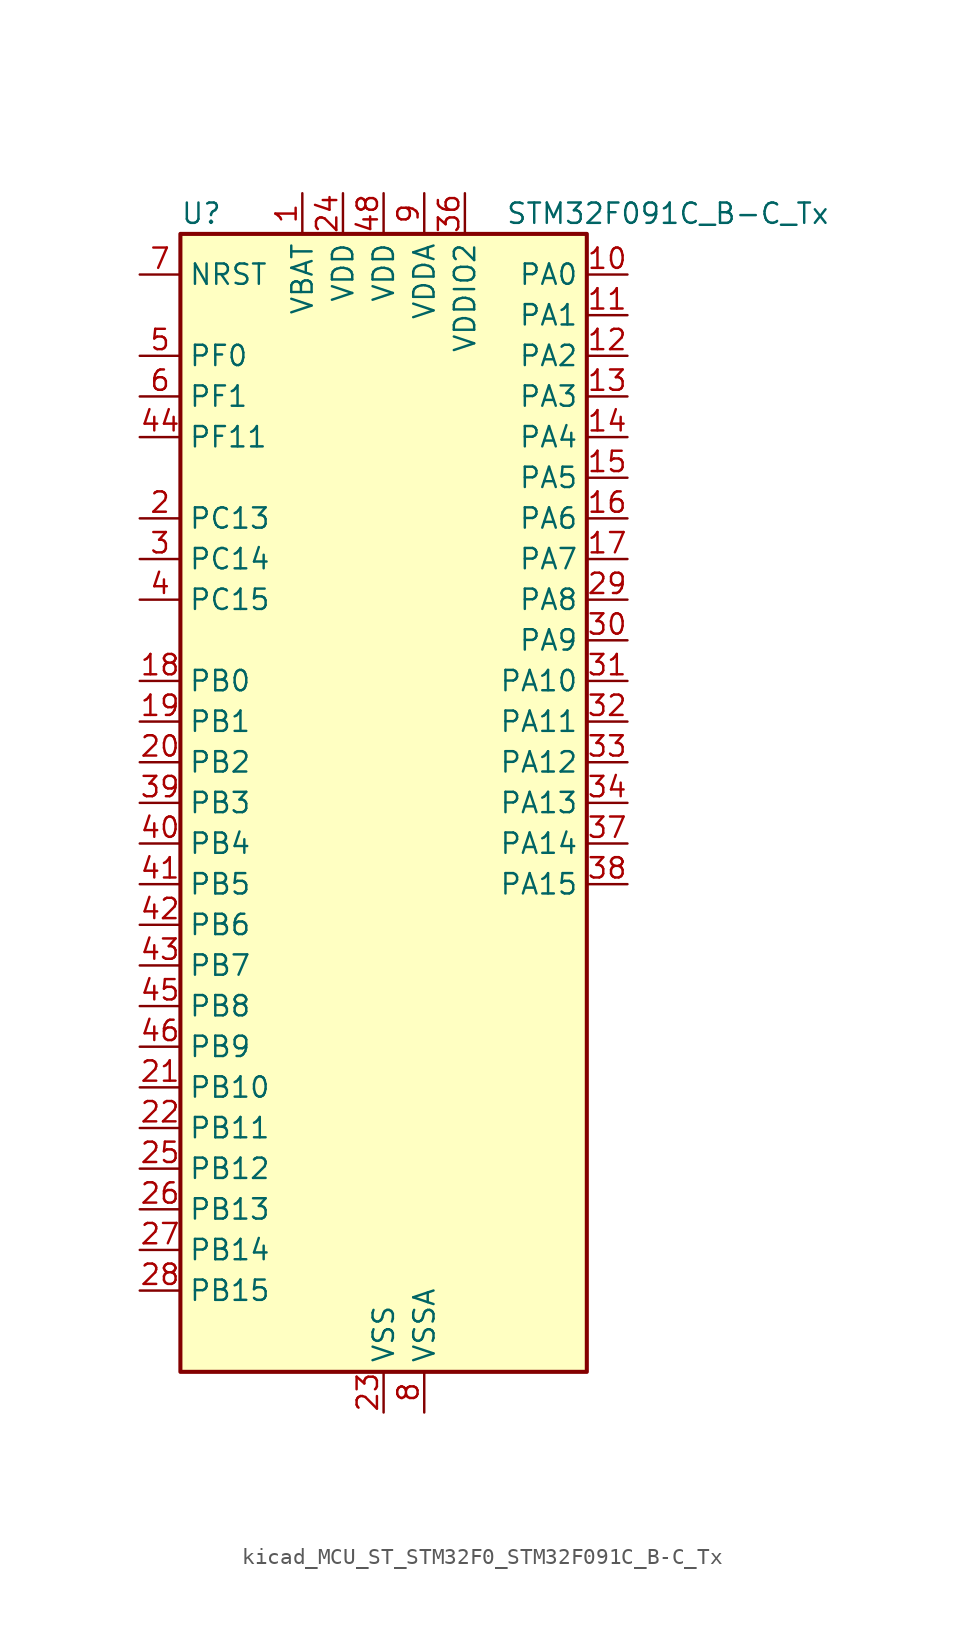
<source format=kicad_sym>
(kicad_symbol_lib
  (version 20220914)
  (generator kicad_symbol_editor)
  (symbol "kicad_MCU_ST_STM32F0_STM32F091C_B-C_Tx"
    (property "Reference" "U"
      (at -12.7 36.83 0)
      (effects (font (size 1.27 1.27)) (justify left)))
    (property "Value" "STM32F091C_B-C_Tx"
      (at 7.62 36.83 0)
      (effects (font (size 1.27 1.27)) (justify left)))
    (property "ki_locked" ""
      (at 0 0 0)
      (effects (font (size 1.27 1.27))))
    (symbol "kicad_MCU_ST_STM32F0_STM32F091C_B-C_Tx_0_1"
      (rectangle (start -12.7 -35.56) (end 12.7 35.56) (stroke (width 0.254) (type default)) (fill (type background))))
    (symbol "kicad_MCU_ST_STM32F0_STM32F091C_B-C_Tx_1_1"
      (pin power_in line (at -5.08 38.1 270) (length 2.54) (name "VBAT" (effects (font (size 1.27 1.27)))) (number "1" (effects (font (size 1.27 1.27)))))
      (pin bidirectional line (at 15.24 33.02 180) (length 2.54) (name "PA0" (effects (font (size 1.27 1.27)))) (number "10" (effects (font (size 1.27 1.27)))) (alternate "ADC_IN0" bidirectional line) (alternate "COMP1_INM" bidirectional line) (alternate "COMP1_OUT" bidirectional line) (alternate "RTC_TAMP2" bidirectional line) (alternate "SYS_WKUP1" bidirectional line) (alternate "TIM2_CH1" bidirectional line) (alternate "TIM2_ETR" bidirectional line) (alternate "TSC_G1_IO1" bidirectional line) (alternate "USART2_CTS" bidirectional line) (alternate "USART4_TX" bidirectional line))
      (pin bidirectional line (at 15.24 30.48 180) (length 2.54) (name "PA1" (effects (font (size 1.27 1.27)))) (number "11" (effects (font (size 1.27 1.27)))) (alternate "ADC_IN1" bidirectional line) (alternate "COMP1_INP" bidirectional line) (alternate "TIM15_CH1N" bidirectional line) (alternate "TIM2_CH2" bidirectional line) (alternate "TSC_G1_IO2" bidirectional line) (alternate "USART2_DE" bidirectional line) (alternate "USART2_RTS" bidirectional line) (alternate "USART4_RX" bidirectional line))
      (pin bidirectional line (at 15.24 27.94 180) (length 2.54) (name "PA2" (effects (font (size 1.27 1.27)))) (number "12" (effects (font (size 1.27 1.27)))) (alternate "ADC_IN2" bidirectional line) (alternate "COMP2_INM" bidirectional line) (alternate "COMP2_OUT" bidirectional line) (alternate "SYS_WKUP4" bidirectional line) (alternate "TIM15_CH1" bidirectional line) (alternate "TIM2_CH3" bidirectional line) (alternate "TSC_G1_IO3" bidirectional line) (alternate "USART2_TX" bidirectional line))
      (pin bidirectional line (at 15.24 25.4 180) (length 2.54) (name "PA3" (effects (font (size 1.27 1.27)))) (number "13" (effects (font (size 1.27 1.27)))) (alternate "ADC_IN3" bidirectional line) (alternate "COMP2_INP" bidirectional line) (alternate "TIM15_CH2" bidirectional line) (alternate "TIM2_CH4" bidirectional line) (alternate "TSC_G1_IO4" bidirectional line) (alternate "USART2_RX" bidirectional line))
      (pin bidirectional line (at 15.24 22.86 180) (length 2.54) (name "PA4" (effects (font (size 1.27 1.27)))) (number "14" (effects (font (size 1.27 1.27)))) (alternate "ADC_IN4" bidirectional line) (alternate "COMP1_INM" bidirectional line) (alternate "COMP2_INM" bidirectional line) (alternate "DAC_OUT1" bidirectional line) (alternate "I2S1_WS" bidirectional line) (alternate "SPI1_NSS" bidirectional line) (alternate "TIM14_CH1" bidirectional line) (alternate "TSC_G2_IO1" bidirectional line) (alternate "USART2_CK" bidirectional line) (alternate "USART6_TX" bidirectional line))
      (pin bidirectional line (at 15.24 20.32 180) (length 2.54) (name "PA5" (effects (font (size 1.27 1.27)))) (number "15" (effects (font (size 1.27 1.27)))) (alternate "ADC_IN5" bidirectional line) (alternate "CEC" bidirectional line) (alternate "COMP1_INM" bidirectional line) (alternate "COMP2_INM" bidirectional line) (alternate "DAC_OUT2" bidirectional line) (alternate "I2S1_CK" bidirectional line) (alternate "SPI1_SCK" bidirectional line) (alternate "TIM2_CH1" bidirectional line) (alternate "TIM2_ETR" bidirectional line) (alternate "TSC_G2_IO2" bidirectional line) (alternate "USART6_RX" bidirectional line))
      (pin bidirectional line (at 15.24 17.78 180) (length 2.54) (name "PA6" (effects (font (size 1.27 1.27)))) (number "16" (effects (font (size 1.27 1.27)))) (alternate "ADC_IN6" bidirectional line) (alternate "COMP1_OUT" bidirectional line) (alternate "I2S1_MCK" bidirectional line) (alternate "SPI1_MISO" bidirectional line) (alternate "TIM16_CH1" bidirectional line) (alternate "TIM1_BKIN" bidirectional line) (alternate "TIM3_CH1" bidirectional line) (alternate "TSC_G2_IO3" bidirectional line) (alternate "USART3_CTS" bidirectional line))
      (pin bidirectional line (at 15.24 15.24 180) (length 2.54) (name "PA7" (effects (font (size 1.27 1.27)))) (number "17" (effects (font (size 1.27 1.27)))) (alternate "ADC_IN7" bidirectional line) (alternate "COMP2_OUT" bidirectional line) (alternate "I2S1_SD" bidirectional line) (alternate "SPI1_MOSI" bidirectional line) (alternate "TIM14_CH1" bidirectional line) (alternate "TIM17_CH1" bidirectional line) (alternate "TIM1_CH1N" bidirectional line) (alternate "TIM3_CH2" bidirectional line) (alternate "TSC_G2_IO4" bidirectional line))
      (pin bidirectional line (at -15.24 7.62 0) (length 2.54) (name "PB0" (effects (font (size 1.27 1.27)))) (number "18" (effects (font (size 1.27 1.27)))) (alternate "ADC_IN8" bidirectional line) (alternate "TIM1_CH2N" bidirectional line) (alternate "TIM3_CH3" bidirectional line) (alternate "TSC_G3_IO2" bidirectional line) (alternate "USART3_CK" bidirectional line))
      (pin bidirectional line (at -15.24 5.08 0) (length 2.54) (name "PB1" (effects (font (size 1.27 1.27)))) (number "19" (effects (font (size 1.27 1.27)))) (alternate "ADC_IN9" bidirectional line) (alternate "TIM14_CH1" bidirectional line) (alternate "TIM1_CH3N" bidirectional line) (alternate "TIM3_CH4" bidirectional line) (alternate "TSC_G3_IO3" bidirectional line) (alternate "USART3_DE" bidirectional line) (alternate "USART3_RTS" bidirectional line))
      (pin bidirectional line (at -15.24 17.78 0) (length 2.54) (name "PC13" (effects (font (size 1.27 1.27)))) (number "2" (effects (font (size 1.27 1.27)))) (alternate "RTC_OUT_ALARM" bidirectional line) (alternate "RTC_OUT_CALIB" bidirectional line) (alternate "RTC_TAMP1" bidirectional line) (alternate "RTC_TS" bidirectional line) (alternate "SYS_WKUP2" bidirectional line))
      (pin bidirectional line (at -15.24 2.54 0) (length 2.54) (name "PB2" (effects (font (size 1.27 1.27)))) (number "20" (effects (font (size 1.27 1.27)))) (alternate "TSC_G3_IO4" bidirectional line))
      (pin bidirectional line (at -15.24 -17.78 0) (length 2.54) (name "PB10" (effects (font (size 1.27 1.27)))) (number "21" (effects (font (size 1.27 1.27)))) (alternate "CEC" bidirectional line) (alternate "I2C2_SCL" bidirectional line) (alternate "I2S2_CK" bidirectional line) (alternate "SPI2_SCK" bidirectional line) (alternate "TIM2_CH3" bidirectional line) (alternate "TSC_SYNC" bidirectional line) (alternate "USART3_TX" bidirectional line))
      (pin bidirectional line (at -15.24 -20.32 0) (length 2.54) (name "PB11" (effects (font (size 1.27 1.27)))) (number "22" (effects (font (size 1.27 1.27)))) (alternate "I2C2_SDA" bidirectional line) (alternate "TIM2_CH4" bidirectional line) (alternate "TSC_G6_IO1" bidirectional line) (alternate "USART3_RX" bidirectional line))
      (pin power_in line (at 0 -38.1 90) (length 2.54) (name "VSS" (effects (font (size 1.27 1.27)))) (number "23" (effects (font (size 1.27 1.27)))))
      (pin power_in line (at -2.54 38.1 270) (length 2.54) (name "VDD" (effects (font (size 1.27 1.27)))) (number "24" (effects (font (size 1.27 1.27)))))
      (pin bidirectional line (at -15.24 -22.86 0) (length 2.54) (name "PB12" (effects (font (size 1.27 1.27)))) (number "25" (effects (font (size 1.27 1.27)))) (alternate "I2S2_WS" bidirectional line) (alternate "SPI2_NSS" bidirectional line) (alternate "TIM15_BKIN" bidirectional line) (alternate "TIM1_BKIN" bidirectional line) (alternate "TSC_G6_IO2" bidirectional line) (alternate "USART3_CK" bidirectional line))
      (pin bidirectional line (at -15.24 -25.4 0) (length 2.54) (name "PB13" (effects (font (size 1.27 1.27)))) (number "26" (effects (font (size 1.27 1.27)))) (alternate "I2C2_SCL" bidirectional line) (alternate "I2S2_CK" bidirectional line) (alternate "SPI2_SCK" bidirectional line) (alternate "TIM1_CH1N" bidirectional line) (alternate "TSC_G6_IO3" bidirectional line) (alternate "USART3_CTS" bidirectional line))
      (pin bidirectional line (at -15.24 -27.94 0) (length 2.54) (name "PB14" (effects (font (size 1.27 1.27)))) (number "27" (effects (font (size 1.27 1.27)))) (alternate "I2C2_SDA" bidirectional line) (alternate "I2S2_MCK" bidirectional line) (alternate "SPI2_MISO" bidirectional line) (alternate "TIM15_CH1" bidirectional line) (alternate "TIM1_CH2N" bidirectional line) (alternate "TSC_G6_IO4" bidirectional line) (alternate "USART3_DE" bidirectional line) (alternate "USART3_RTS" bidirectional line))
      (pin bidirectional line (at -15.24 -30.48 0) (length 2.54) (name "PB15" (effects (font (size 1.27 1.27)))) (number "28" (effects (font (size 1.27 1.27)))) (alternate "I2S2_SD" bidirectional line) (alternate "RTC_REFIN" bidirectional line) (alternate "SPI2_MOSI" bidirectional line) (alternate "SYS_WKUP7" bidirectional line) (alternate "TIM15_CH1N" bidirectional line) (alternate "TIM15_CH2" bidirectional line) (alternate "TIM1_CH3N" bidirectional line))
      (pin bidirectional line (at 15.24 12.7 180) (length 2.54) (name "PA8" (effects (font (size 1.27 1.27)))) (number "29" (effects (font (size 1.27 1.27)))) (alternate "CRS_SYNC" bidirectional line) (alternate "RCC_MCO" bidirectional line) (alternate "TIM1_CH1" bidirectional line) (alternate "USART1_CK" bidirectional line))
      (pin bidirectional line (at -15.24 15.24 0) (length 2.54) (name "PC14" (effects (font (size 1.27 1.27)))) (number "3" (effects (font (size 1.27 1.27)))) (alternate "RCC_OSC32_IN" bidirectional line))
      (pin bidirectional line (at 15.24 10.16 180) (length 2.54) (name "PA9" (effects (font (size 1.27 1.27)))) (number "30" (effects (font (size 1.27 1.27)))) (alternate "DAC_EXTI9" bidirectional line) (alternate "I2C1_SCL" bidirectional line) (alternate "RCC_MCO" bidirectional line) (alternate "TIM15_BKIN" bidirectional line) (alternate "TIM1_CH2" bidirectional line) (alternate "TSC_G4_IO1" bidirectional line) (alternate "USART1_TX" bidirectional line))
      (pin bidirectional line (at 15.24 7.62 180) (length 2.54) (name "PA10" (effects (font (size 1.27 1.27)))) (number "31" (effects (font (size 1.27 1.27)))) (alternate "I2C1_SDA" bidirectional line) (alternate "TIM17_BKIN" bidirectional line) (alternate "TIM1_CH3" bidirectional line) (alternate "TSC_G4_IO2" bidirectional line) (alternate "USART1_RX" bidirectional line))
      (pin bidirectional line (at 15.24 5.08 180) (length 2.54) (name "PA11" (effects (font (size 1.27 1.27)))) (number "32" (effects (font (size 1.27 1.27)))) (alternate "CAN_RX" bidirectional line) (alternate "COMP1_OUT" bidirectional line) (alternate "I2C2_SCL" bidirectional line) (alternate "TIM1_CH4" bidirectional line) (alternate "TSC_G4_IO3" bidirectional line) (alternate "USART1_CTS" bidirectional line))
      (pin bidirectional line (at 15.24 2.54 180) (length 2.54) (name "PA12" (effects (font (size 1.27 1.27)))) (number "33" (effects (font (size 1.27 1.27)))) (alternate "CAN_TX" bidirectional line) (alternate "COMP2_OUT" bidirectional line) (alternate "I2C2_SDA" bidirectional line) (alternate "TIM1_ETR" bidirectional line) (alternate "TSC_G4_IO4" bidirectional line) (alternate "USART1_DE" bidirectional line) (alternate "USART1_RTS" bidirectional line))
      (pin bidirectional line (at 15.24 0 180) (length 2.54) (name "PA13" (effects (font (size 1.27 1.27)))) (number "34" (effects (font (size 1.27 1.27)))) (alternate "IR_OUT" bidirectional line) (alternate "SYS_SWDIO" bidirectional line))
      (pin passive line (at 0 -38.1 90) (length 2.54) hide (name "VSS" (effects (font (size 1.27 1.27)))) (number "35" (effects (font (size 1.27 1.27)))))
      (pin power_in line (at 5.08 38.1 270) (length 2.54) (name "VDDIO2" (effects (font (size 1.27 1.27)))) (number "36" (effects (font (size 1.27 1.27)))))
      (pin bidirectional line (at 15.24 -2.54 180) (length 2.54) (name "PA14" (effects (font (size 1.27 1.27)))) (number "37" (effects (font (size 1.27 1.27)))) (alternate "SYS_SWCLK" bidirectional line) (alternate "USART2_TX" bidirectional line))
      (pin bidirectional line (at 15.24 -5.08 180) (length 2.54) (name "PA15" (effects (font (size 1.27 1.27)))) (number "38" (effects (font (size 1.27 1.27)))) (alternate "I2S1_WS" bidirectional line) (alternate "SPI1_NSS" bidirectional line) (alternate "TIM2_CH1" bidirectional line) (alternate "TIM2_ETR" bidirectional line) (alternate "USART2_RX" bidirectional line) (alternate "USART4_DE" bidirectional line) (alternate "USART4_RTS" bidirectional line))
      (pin bidirectional line (at -15.24 0 0) (length 2.54) (name "PB3" (effects (font (size 1.27 1.27)))) (number "39" (effects (font (size 1.27 1.27)))) (alternate "I2S1_CK" bidirectional line) (alternate "SPI1_SCK" bidirectional line) (alternate "TIM2_CH2" bidirectional line) (alternate "TSC_G5_IO1" bidirectional line) (alternate "USART5_TX" bidirectional line))
      (pin bidirectional line (at -15.24 12.7 0) (length 2.54) (name "PC15" (effects (font (size 1.27 1.27)))) (number "4" (effects (font (size 1.27 1.27)))) (alternate "RCC_OSC32_OUT" bidirectional line))
      (pin bidirectional line (at -15.24 -2.54 0) (length 2.54) (name "PB4" (effects (font (size 1.27 1.27)))) (number "40" (effects (font (size 1.27 1.27)))) (alternate "I2S1_MCK" bidirectional line) (alternate "SPI1_MISO" bidirectional line) (alternate "TIM17_BKIN" bidirectional line) (alternate "TIM3_CH1" bidirectional line) (alternate "TSC_G5_IO2" bidirectional line) (alternate "USART5_RX" bidirectional line))
      (pin bidirectional line (at -15.24 -5.08 0) (length 2.54) (name "PB5" (effects (font (size 1.27 1.27)))) (number "41" (effects (font (size 1.27 1.27)))) (alternate "I2C1_SMBA" bidirectional line) (alternate "I2S1_SD" bidirectional line) (alternate "SPI1_MOSI" bidirectional line) (alternate "SYS_WKUP6" bidirectional line) (alternate "TIM16_BKIN" bidirectional line) (alternate "TIM3_CH2" bidirectional line) (alternate "USART5_CK" bidirectional line) (alternate "USART5_DE" bidirectional line) (alternate "USART5_RTS" bidirectional line))
      (pin bidirectional line (at -15.24 -7.62 0) (length 2.54) (name "PB6" (effects (font (size 1.27 1.27)))) (number "42" (effects (font (size 1.27 1.27)))) (alternate "I2C1_SCL" bidirectional line) (alternate "TIM16_CH1N" bidirectional line) (alternate "TSC_G5_IO3" bidirectional line) (alternate "USART1_TX" bidirectional line))
      (pin bidirectional line (at -15.24 -10.16 0) (length 2.54) (name "PB7" (effects (font (size 1.27 1.27)))) (number "43" (effects (font (size 1.27 1.27)))) (alternate "I2C1_SDA" bidirectional line) (alternate "TIM17_CH1N" bidirectional line) (alternate "TSC_G5_IO4" bidirectional line) (alternate "USART1_RX" bidirectional line) (alternate "USART4_CTS" bidirectional line))
      (pin bidirectional line (at -15.24 22.86 0) (length 2.54) (name "PF11" (effects (font (size 1.27 1.27)))) (number "44" (effects (font (size 1.27 1.27)))))
      (pin bidirectional line (at -15.24 -12.7 0) (length 2.54) (name "PB8" (effects (font (size 1.27 1.27)))) (number "45" (effects (font (size 1.27 1.27)))) (alternate "CAN_RX" bidirectional line) (alternate "CEC" bidirectional line) (alternate "I2C1_SCL" bidirectional line) (alternate "TIM16_CH1" bidirectional line) (alternate "TSC_SYNC" bidirectional line))
      (pin bidirectional line (at -15.24 -15.24 0) (length 2.54) (name "PB9" (effects (font (size 1.27 1.27)))) (number "46" (effects (font (size 1.27 1.27)))) (alternate "CAN_TX" bidirectional line) (alternate "DAC_EXTI9" bidirectional line) (alternate "I2C1_SDA" bidirectional line) (alternate "I2S2_WS" bidirectional line) (alternate "IR_OUT" bidirectional line) (alternate "SPI2_NSS" bidirectional line) (alternate "TIM17_CH1" bidirectional line))
      (pin passive line (at 0 -38.1 90) (length 2.54) hide (name "VSS" (effects (font (size 1.27 1.27)))) (number "47" (effects (font (size 1.27 1.27)))))
      (pin power_in line (at 0 38.1 270) (length 2.54) (name "VDD" (effects (font (size 1.27 1.27)))) (number "48" (effects (font (size 1.27 1.27)))))
      (pin bidirectional line (at -15.24 27.94 0) (length 2.54) (name "PF0" (effects (font (size 1.27 1.27)))) (number "5" (effects (font (size 1.27 1.27)))) (alternate "CRS_SYNC" bidirectional line) (alternate "I2C1_SDA" bidirectional line) (alternate "RCC_OSC_IN" bidirectional line))
      (pin bidirectional line (at -15.24 25.4 0) (length 2.54) (name "PF1" (effects (font (size 1.27 1.27)))) (number "6" (effects (font (size 1.27 1.27)))) (alternate "I2C1_SCL" bidirectional line) (alternate "RCC_OSC_OUT" bidirectional line))
      (pin input line (at -15.24 33.02 0) (length 2.54) (name "NRST" (effects (font (size 1.27 1.27)))) (number "7" (effects (font (size 1.27 1.27)))))
      (pin power_in line (at 2.54 -38.1 90) (length 2.54) (name "VSSA" (effects (font (size 1.27 1.27)))) (number "8" (effects (font (size 1.27 1.27)))))
      (pin power_in line (at 2.54 38.1 270) (length 2.54) (name "VDDA" (effects (font (size 1.27 1.27)))) (number "9" (effects (font (size 1.27 1.27))))))))
</source>
